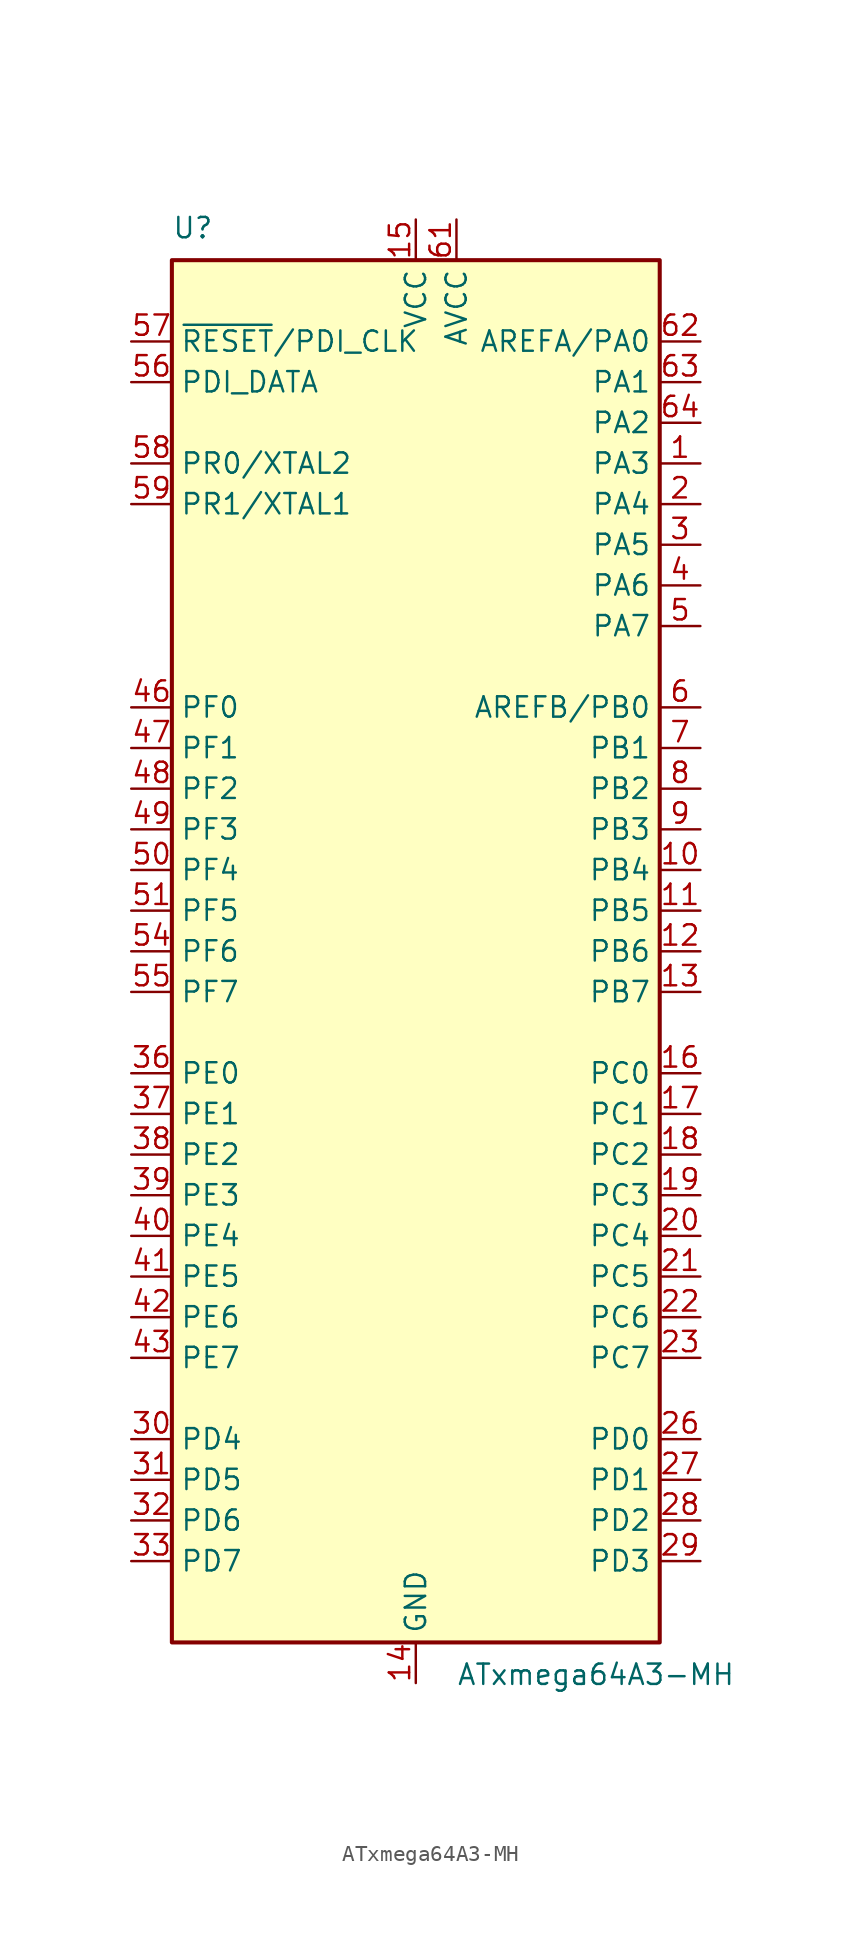
<source format=kicad_sym>
(kicad_symbol_lib
  (version 20211014)
  (generator kicad_symbol_editor)
  (symbol "ATxmega64A3-MH"
    (property "Reference" "U"
      (at -15.24 44.45 0)
      (effects (font (size 1.27 1.27)) (justify left bottom)))
    (property "Value" "ATxmega64A3-MH"
      (at 2.54 -44.45 0)
      (effects (font (size 1.27 1.27)) (justify left top)))
    (symbol "ATxmega64A3-MH_0_1"
      (rectangle (start -15.24 -43.18) (end 15.24 43.18) (stroke (width 0.254) (type default) (color 0 0 0 0)) (fill (type background))))
    (symbol "ATxmega64A3-MH_1_1"
      (pin bidirectional line (at 17.78 30.48 180) (length 2.54) (name "PA3" (effects (font (size 1.27 1.27)))) (number "1" (effects (font (size 1.27 1.27)))))
      (pin bidirectional line (at 17.78 5.08 180) (length 2.54) (name "PB4" (effects (font (size 1.27 1.27)))) (number "10" (effects (font (size 1.27 1.27)))))
      (pin bidirectional line (at 17.78 2.54 180) (length 2.54) (name "PB5" (effects (font (size 1.27 1.27)))) (number "11" (effects (font (size 1.27 1.27)))))
      (pin bidirectional line (at 17.78 0 180) (length 2.54) (name "PB6" (effects (font (size 1.27 1.27)))) (number "12" (effects (font (size 1.27 1.27)))))
      (pin bidirectional line (at 17.78 -2.54 180) (length 2.54) (name "PB7" (effects (font (size 1.27 1.27)))) (number "13" (effects (font (size 1.27 1.27)))))
      (pin power_in line (at 0 -45.72 90) (length 2.54) (name "GND" (effects (font (size 1.27 1.27)))) (number "14" (effects (font (size 1.27 1.27)))))
      (pin power_in line (at 0 45.72 270) (length 2.54) (name "VCC" (effects (font (size 1.27 1.27)))) (number "15" (effects (font (size 1.27 1.27)))))
      (pin bidirectional line (at 17.78 -7.62 180) (length 2.54) (name "PC0" (effects (font (size 1.27 1.27)))) (number "16" (effects (font (size 1.27 1.27)))))
      (pin bidirectional line (at 17.78 -10.16 180) (length 2.54) (name "PC1" (effects (font (size 1.27 1.27)))) (number "17" (effects (font (size 1.27 1.27)))))
      (pin bidirectional line (at 17.78 -12.7 180) (length 2.54) (name "PC2" (effects (font (size 1.27 1.27)))) (number "18" (effects (font (size 1.27 1.27)))))
      (pin bidirectional line (at 17.78 -15.24 180) (length 2.54) (name "PC3" (effects (font (size 1.27 1.27)))) (number "19" (effects (font (size 1.27 1.27)))))
      (pin bidirectional line (at 17.78 27.94 180) (length 2.54) (name "PA4" (effects (font (size 1.27 1.27)))) (number "2" (effects (font (size 1.27 1.27)))))
      (pin bidirectional line (at 17.78 -17.78 180) (length 2.54) (name "PC4" (effects (font (size 1.27 1.27)))) (number "20" (effects (font (size 1.27 1.27)))))
      (pin bidirectional line (at 17.78 -20.32 180) (length 2.54) (name "PC5" (effects (font (size 1.27 1.27)))) (number "21" (effects (font (size 1.27 1.27)))))
      (pin bidirectional line (at 17.78 -22.86 180) (length 2.54) (name "PC6" (effects (font (size 1.27 1.27)))) (number "22" (effects (font (size 1.27 1.27)))))
      (pin bidirectional line (at 17.78 -25.4 180) (length 2.54) (name "PC7" (effects (font (size 1.27 1.27)))) (number "23" (effects (font (size 1.27 1.27)))))
      (pin passive line (at 0 -45.72 90) (length 2.54) hide (name "GND" (effects (font (size 1.27 1.27)))) (number "24" (effects (font (size 1.27 1.27)))))
      (pin passive line (at 0 45.72 270) (length 2.54) hide (name "VCC" (effects (font (size 1.27 1.27)))) (number "25" (effects (font (size 1.27 1.27)))))
      (pin bidirectional line (at 17.78 -30.48 180) (length 2.54) (name "PD0" (effects (font (size 1.27 1.27)))) (number "26" (effects (font (size 1.27 1.27)))))
      (pin bidirectional line (at 17.78 -33.02 180) (length 2.54) (name "PD1" (effects (font (size 1.27 1.27)))) (number "27" (effects (font (size 1.27 1.27)))))
      (pin bidirectional line (at 17.78 -35.56 180) (length 2.54) (name "PD2" (effects (font (size 1.27 1.27)))) (number "28" (effects (font (size 1.27 1.27)))))
      (pin bidirectional line (at 17.78 -38.1 180) (length 2.54) (name "PD3" (effects (font (size 1.27 1.27)))) (number "29" (effects (font (size 1.27 1.27)))))
      (pin bidirectional line (at 17.78 25.4 180) (length 2.54) (name "PA5" (effects (font (size 1.27 1.27)))) (number "3" (effects (font (size 1.27 1.27)))))
      (pin bidirectional line (at -17.78 -30.48 0) (length 2.54) (name "PD4" (effects (font (size 1.27 1.27)))) (number "30" (effects (font (size 1.27 1.27)))))
      (pin bidirectional line (at -17.78 -33.02 0) (length 2.54) (name "PD5" (effects (font (size 1.27 1.27)))) (number "31" (effects (font (size 1.27 1.27)))))
      (pin bidirectional line (at -17.78 -35.56 0) (length 2.54) (name "PD6" (effects (font (size 1.27 1.27)))) (number "32" (effects (font (size 1.27 1.27)))))
      (pin bidirectional line (at -17.78 -38.1 0) (length 2.54) (name "PD7" (effects (font (size 1.27 1.27)))) (number "33" (effects (font (size 1.27 1.27)))))
      (pin passive line (at 0 -45.72 90) (length 2.54) hide (name "GND" (effects (font (size 1.27 1.27)))) (number "34" (effects (font (size 1.27 1.27)))))
      (pin passive line (at 0 45.72 270) (length 2.54) hide (name "VCC" (effects (font (size 1.27 1.27)))) (number "35" (effects (font (size 1.27 1.27)))))
      (pin bidirectional line (at -17.78 -7.62 0) (length 2.54) (name "PE0" (effects (font (size 1.27 1.27)))) (number "36" (effects (font (size 1.27 1.27)))))
      (pin bidirectional line (at -17.78 -10.16 0) (length 2.54) (name "PE1" (effects (font (size 1.27 1.27)))) (number "37" (effects (font (size 1.27 1.27)))))
      (pin bidirectional line (at -17.78 -12.7 0) (length 2.54) (name "PE2" (effects (font (size 1.27 1.27)))) (number "38" (effects (font (size 1.27 1.27)))))
      (pin bidirectional line (at -17.78 -15.24 0) (length 2.54) (name "PE3" (effects (font (size 1.27 1.27)))) (number "39" (effects (font (size 1.27 1.27)))))
      (pin bidirectional line (at 17.78 22.86 180) (length 2.54) (name "PA6" (effects (font (size 1.27 1.27)))) (number "4" (effects (font (size 1.27 1.27)))))
      (pin bidirectional line (at -17.78 -17.78 0) (length 2.54) (name "PE4" (effects (font (size 1.27 1.27)))) (number "40" (effects (font (size 1.27 1.27)))))
      (pin bidirectional line (at -17.78 -20.32 0) (length 2.54) (name "PE5" (effects (font (size 1.27 1.27)))) (number "41" (effects (font (size 1.27 1.27)))))
      (pin bidirectional line (at -17.78 -22.86 0) (length 2.54) (name "PE6" (effects (font (size 1.27 1.27)))) (number "42" (effects (font (size 1.27 1.27)))))
      (pin bidirectional line (at -17.78 -25.4 0) (length 2.54) (name "PE7" (effects (font (size 1.27 1.27)))) (number "43" (effects (font (size 1.27 1.27)))))
      (pin passive line (at 0 -45.72 90) (length 2.54) hide (name "GND" (effects (font (size 1.27 1.27)))) (number "44" (effects (font (size 1.27 1.27)))))
      (pin passive line (at 0 45.72 270) (length 2.54) hide (name "VCC" (effects (font (size 1.27 1.27)))) (number "45" (effects (font (size 1.27 1.27)))))
      (pin bidirectional line (at -17.78 15.24 0) (length 2.54) (name "PF0" (effects (font (size 1.27 1.27)))) (number "46" (effects (font (size 1.27 1.27)))))
      (pin bidirectional line (at -17.78 12.7 0) (length 2.54) (name "PF1" (effects (font (size 1.27 1.27)))) (number "47" (effects (font (size 1.27 1.27)))))
      (pin bidirectional line (at -17.78 10.16 0) (length 2.54) (name "PF2" (effects (font (size 1.27 1.27)))) (number "48" (effects (font (size 1.27 1.27)))))
      (pin bidirectional line (at -17.78 7.62 0) (length 2.54) (name "PF3" (effects (font (size 1.27 1.27)))) (number "49" (effects (font (size 1.27 1.27)))))
      (pin bidirectional line (at 17.78 20.32 180) (length 2.54) (name "PA7" (effects (font (size 1.27 1.27)))) (number "5" (effects (font (size 1.27 1.27)))))
      (pin bidirectional line (at -17.78 5.08 0) (length 2.54) (name "PF4" (effects (font (size 1.27 1.27)))) (number "50" (effects (font (size 1.27 1.27)))))
      (pin bidirectional line (at -17.78 2.54 0) (length 2.54) (name "PF5" (effects (font (size 1.27 1.27)))) (number "51" (effects (font (size 1.27 1.27)))))
      (pin passive line (at 0 -45.72 90) (length 2.54) hide (name "GND" (effects (font (size 1.27 1.27)))) (number "52" (effects (font (size 1.27 1.27)))))
      (pin passive line (at 0 45.72 270) (length 2.54) hide (name "VCC" (effects (font (size 1.27 1.27)))) (number "53" (effects (font (size 1.27 1.27)))))
      (pin bidirectional line (at -17.78 0 0) (length 2.54) (name "PF6" (effects (font (size 1.27 1.27)))) (number "54" (effects (font (size 1.27 1.27)))))
      (pin bidirectional line (at -17.78 -2.54 0) (length 2.54) (name "PF7" (effects (font (size 1.27 1.27)))) (number "55" (effects (font (size 1.27 1.27)))))
      (pin bidirectional line (at -17.78 35.56 0) (length 2.54) (name "PDI_DATA" (effects (font (size 1.27 1.27)))) (number "56" (effects (font (size 1.27 1.27)))))
      (pin input line (at -17.78 38.1 0) (length 2.54) (name "~{RESET}/PDI_CLK" (effects (font (size 1.27 1.27)))) (number "57" (effects (font (size 1.27 1.27)))))
      (pin bidirectional line (at -17.78 30.48 0) (length 2.54) (name "PR0/XTAL2" (effects (font (size 1.27 1.27)))) (number "58" (effects (font (size 1.27 1.27)))))
      (pin bidirectional line (at -17.78 27.94 0) (length 2.54) (name "PR1/XTAL1" (effects (font (size 1.27 1.27)))) (number "59" (effects (font (size 1.27 1.27)))))
      (pin bidirectional line (at 17.78 15.24 180) (length 2.54) (name "AREFB/PB0" (effects (font (size 1.27 1.27)))) (number "6" (effects (font (size 1.27 1.27)))))
      (pin passive line (at 0 -45.72 90) (length 2.54) hide (name "GND" (effects (font (size 1.27 1.27)))) (number "60" (effects (font (size 1.27 1.27)))))
      (pin power_in line (at 2.54 45.72 270) (length 2.54) (name "AVCC" (effects (font (size 1.27 1.27)))) (number "61" (effects (font (size 1.27 1.27)))))
      (pin bidirectional line (at 17.78 38.1 180) (length 2.54) (name "AREFA/PA0" (effects (font (size 1.27 1.27)))) (number "62" (effects (font (size 1.27 1.27)))))
      (pin bidirectional line (at 17.78 35.56 180) (length 2.54) (name "PA1" (effects (font (size 1.27 1.27)))) (number "63" (effects (font (size 1.27 1.27)))))
      (pin bidirectional line (at 17.78 33.02 180) (length 2.54) (name "PA2" (effects (font (size 1.27 1.27)))) (number "64" (effects (font (size 1.27 1.27)))))
      (pin passive line (at 0 -45.72 90) (length 2.54) hide (name "GND" (effects (font (size 1.27 1.27)))) (number "65" (effects (font (size 1.27 1.27)))))
      (pin bidirectional line (at 17.78 12.7 180) (length 2.54) (name "PB1" (effects (font (size 1.27 1.27)))) (number "7" (effects (font (size 1.27 1.27)))))
      (pin bidirectional line (at 17.78 10.16 180) (length 2.54) (name "PB2" (effects (font (size 1.27 1.27)))) (number "8" (effects (font (size 1.27 1.27)))))
      (pin bidirectional line (at 17.78 7.62 180) (length 2.54) (name "PB3" (effects (font (size 1.27 1.27)))) (number "9" (effects (font (size 1.27 1.27))))))))
</source>
